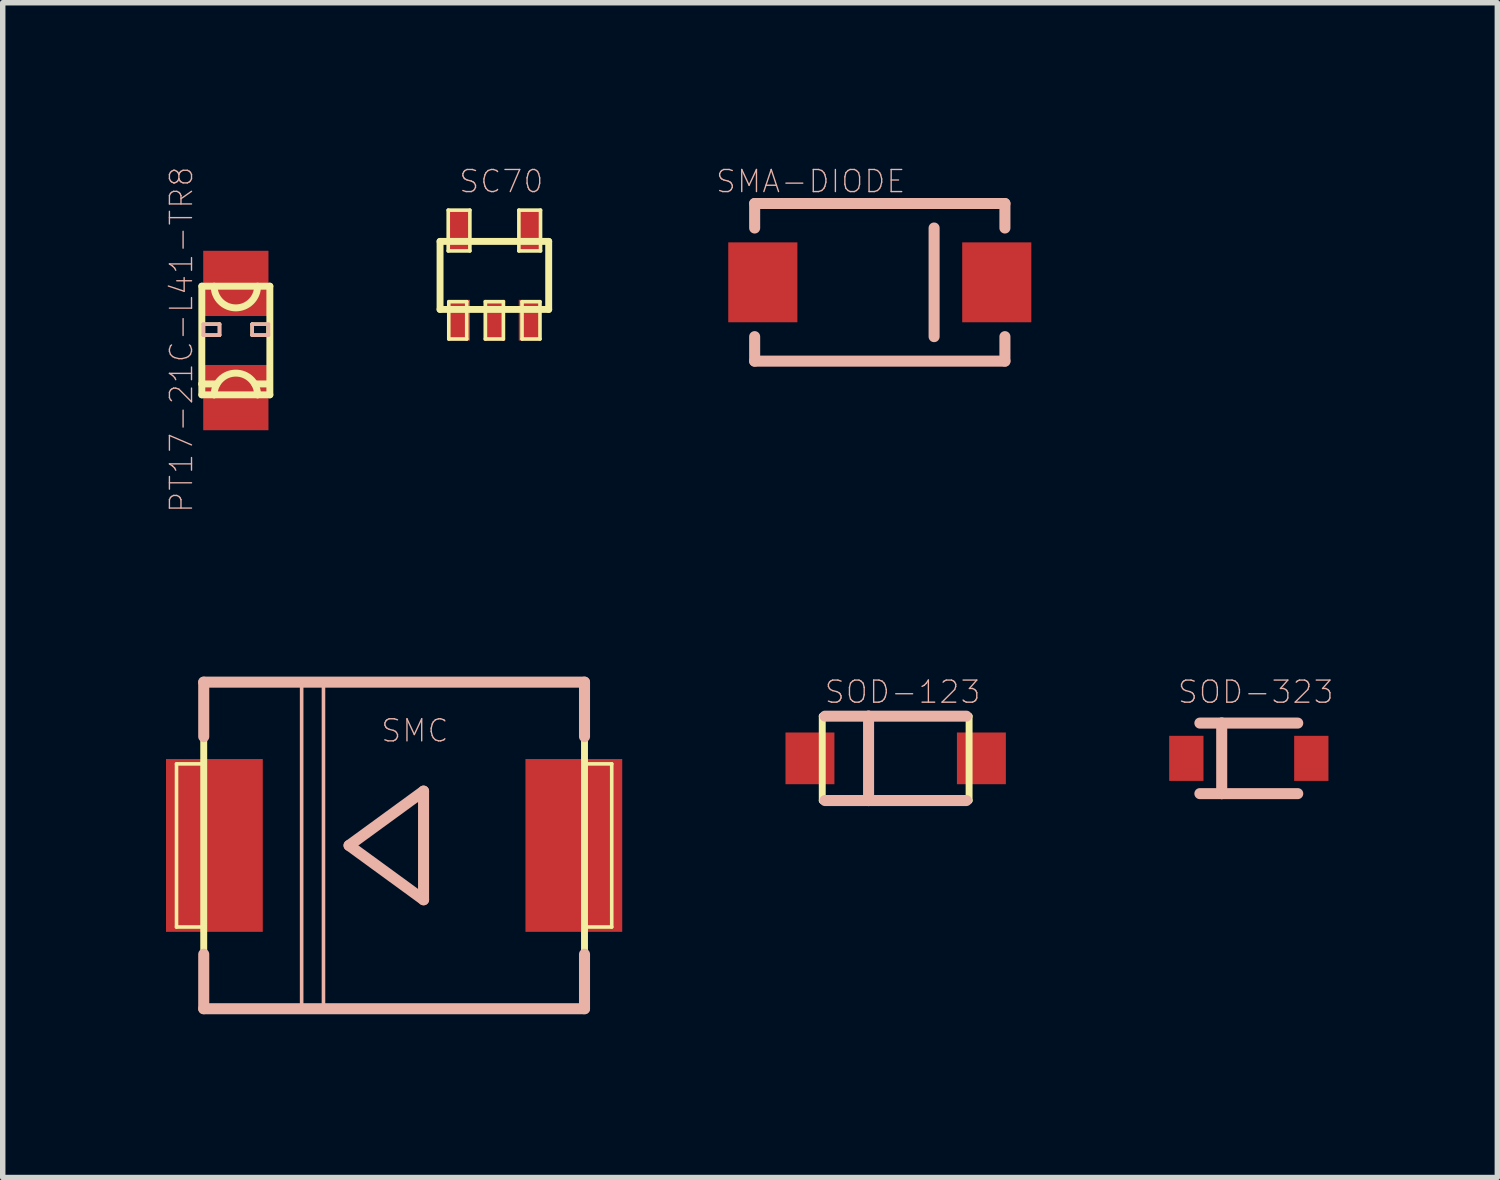
<source format=kicad_pcb>
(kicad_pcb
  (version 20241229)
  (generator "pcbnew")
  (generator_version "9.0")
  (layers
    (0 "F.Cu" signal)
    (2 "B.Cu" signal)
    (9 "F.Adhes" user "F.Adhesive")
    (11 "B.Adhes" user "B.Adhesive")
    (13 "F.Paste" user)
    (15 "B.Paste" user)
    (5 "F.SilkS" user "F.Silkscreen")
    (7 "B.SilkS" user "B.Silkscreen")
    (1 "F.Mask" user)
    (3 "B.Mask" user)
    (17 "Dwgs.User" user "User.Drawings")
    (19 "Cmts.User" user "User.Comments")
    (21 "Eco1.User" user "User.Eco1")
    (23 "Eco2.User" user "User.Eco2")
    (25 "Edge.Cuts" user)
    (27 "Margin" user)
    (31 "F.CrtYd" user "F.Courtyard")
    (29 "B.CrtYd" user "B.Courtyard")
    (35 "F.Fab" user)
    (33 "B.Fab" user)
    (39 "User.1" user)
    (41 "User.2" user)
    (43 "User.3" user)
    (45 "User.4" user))
  (footprint "SC70"
    (layer "F.Cu")
    (at 6.033 2.01)
    (property "Reference" "SC70" (at 0.127 -1.727 0) (layer "B.SilkS") (effects (font (size 0.406 0.406) (thickness 0.025))))
    (attr smd)
    (fp_line (start -0.998 -0.625) (end 0.998 -0.625) (stroke (width 0.127) (type solid)) (layer "F.SilkS"))
    (fp_line (start -0.998 0.625) (end -0.998 -0.625) (stroke (width 0.127) (type solid)) (layer "F.SilkS"))
    (fp_line (start -0.998 0.625) (end 0.998 0.625) (stroke (width 0.127) (type solid)) (layer "F.SilkS"))
    (fp_line (start -0.848 -1.199) (end -0.45 -1.199) (stroke (width 0.066) (type solid)) (layer "F.SilkS"))
    (fp_line (start -0.848 -0.45) (end -0.848 -1.199) (stroke (width 0.066) (type solid)) (layer "F.SilkS"))
    (fp_line (start -0.848 -0.45) (end -0.45 -0.45) (stroke (width 0.066) (type solid)) (layer "F.SilkS"))
    (fp_line (start -0.838 0.483) (end -0.508 0.483) (stroke (width 0.066) (type solid)) (layer "F.SilkS"))
    (fp_line (start -0.838 1.168) (end -0.838 0.483) (stroke (width 0.066) (type solid)) (layer "F.SilkS"))
    (fp_line (start -0.838 1.168) (end -0.508 1.168) (stroke (width 0.066) (type solid)) (layer "F.SilkS"))
    (fp_line (start -0.508 1.168) (end -0.508 0.483) (stroke (width 0.066) (type solid)) (layer "F.SilkS"))
    (fp_line (start -0.45 -0.45) (end -0.45 -1.199) (stroke (width 0.066) (type solid)) (layer "F.SilkS"))
    (fp_line (start -0.165 0.483) (end 0.165 0.483) (stroke (width 0.066) (type solid)) (layer "F.SilkS"))
    (fp_line (start -0.165 1.168) (end -0.165 0.483) (stroke (width 0.066) (type solid)) (layer "F.SilkS"))
    (fp_line (start -0.165 1.168) (end 0.165 1.168) (stroke (width 0.066) (type solid)) (layer "F.SilkS"))
    (fp_line (start 0.165 1.168) (end 0.165 0.483) (stroke (width 0.066) (type solid)) (layer "F.SilkS"))
    (fp_line (start 0.45 -1.199) (end 0.848 -1.199) (stroke (width 0.066) (type solid)) (layer "F.SilkS"))
    (fp_line (start 0.45 -0.45) (end 0.45 -1.199) (stroke (width 0.066) (type solid)) (layer "F.SilkS"))
    (fp_line (start 0.45 -0.45) (end 0.848 -0.45) (stroke (width 0.066) (type solid)) (layer "F.SilkS"))
    (fp_line (start 0.508 0.483) (end 0.838 0.483) (stroke (width 0.066) (type solid)) (layer "F.SilkS"))
    (fp_line (start 0.508 1.168) (end 0.508 0.483) (stroke (width 0.066) (type solid)) (layer "F.SilkS"))
    (fp_line (start 0.508 1.168) (end 0.838 1.168) (stroke (width 0.066) (type solid)) (layer "F.SilkS"))
    (fp_line (start 0.838 1.168) (end 0.838 0.483) (stroke (width 0.066) (type solid)) (layer "F.SilkS"))
    (fp_line (start 0.848 -0.45) (end 0.848 -1.199) (stroke (width 0.066) (type solid)) (layer "F.SilkS"))
    (fp_line (start 0.998 -0.625) (end 0.998 0.625) (stroke (width 0.127) (type solid)) (layer "F.SilkS"))
    (pad "1" smd rect (at -0.648 0.823) (size 0.399 0.749) (layers "F.Cu" "F.Mask" "F.Paste"))
    (pad "2" smd rect (at 0 0.823) (size 0.399 0.749) (layers "F.Cu" "F.Mask" "F.Paste"))
    (pad "3" smd rect (at 0.648 0.823) (size 0.399 0.749) (layers "F.Cu" "F.Mask" "F.Paste"))
    (pad "4" smd rect (at 0.648 -0.823) (size 0.399 0.749) (layers "F.Cu" "F.Mask" "F.Paste"))
    (pad "5" smd rect (at -0.648 -0.823) (size 0.399 0.749) (layers "F.Cu" "F.Mask" "F.Paste")))
  (footprint "PT17-21C-L41-TR8"
    (layer "F.Cu")
    (at 1.283 3.206)
    (property "Reference" "PT17-21C-L41-TR8" (at -1.001 -0.015 90) (layer "B.SilkS") (effects (font (size 0.406 0.406) (thickness 0.025))))
    (attr smd)
    (fp_line (start -0.625 -0.998) (end 0.625 -0.998) (stroke (width 0.127) (type solid)) (layer "F.SilkS"))
    (fp_line (start -0.625 0.798) (end -0.625 -0.998) (stroke (width 0.127) (type solid)) (layer "F.SilkS"))
    (fp_line (start -0.625 0.998) (end -0.625 0.798) (stroke (width 0.127) (type solid)) (layer "F.SilkS"))
    (fp_line (start -0.599 -0.3) (end -0.3 -0.3) (stroke (width 0.066) (type solid)) (layer "F.SilkS"))
    (fp_line (start -0.599 -0.099) (end -0.599 -0.3) (stroke (width 0.066) (type solid)) (layer "F.SilkS"))
    (fp_line (start -0.599 -0.099) (end -0.3 -0.099) (stroke (width 0.066) (type solid)) (layer "F.SilkS"))
    (fp_line (start -0.399 0.998) (end -0.625 0.998) (stroke (width 0.127) (type solid)) (layer "F.SilkS"))
    (fp_line (start -0.348 0.798) (end -0.625 0.798) (stroke (width 0.127) (type solid)) (layer "F.SilkS"))
    (fp_line (start -0.3 -0.099) (end -0.3 -0.3) (stroke (width 0.066) (type solid)) (layer "F.SilkS"))
    (fp_line (start 0.3 -0.3) (end 0.599 -0.3) (stroke (width 0.066) (type solid)) (layer "F.SilkS"))
    (fp_line (start 0.3 -0.099) (end 0.3 -0.3) (stroke (width 0.066) (type solid)) (layer "F.SilkS"))
    (fp_line (start 0.3 -0.099) (end 0.599 -0.099) (stroke (width 0.066) (type solid)) (layer "F.SilkS"))
    (fp_line (start 0.399 0.998) (end -0.399 0.998) (stroke (width 0.127) (type solid)) (layer "F.SilkS"))
    (fp_line (start 0.599 -0.099) (end 0.599 -0.3) (stroke (width 0.066) (type solid)) (layer "F.SilkS"))
    (fp_line (start 0.599 0.798) (end 0.348 0.798) (stroke (width 0.127) (type solid)) (layer "F.SilkS"))
    (fp_line (start 0.625 -0.998) (end 0.625 0.998) (stroke (width 0.127) (type solid)) (layer "F.SilkS"))
    (fp_line (start 0.625 0.998) (end 0.399 0.998) (stroke (width 0.127) (type solid)) (layer "F.SilkS"))
    (fp_arc (start -0.39878 0.99822) (mid 0 0.59944) (end 0.39878 0.99822) (stroke (width 0.127) (type solid)) (layer "F.SilkS"))
    (fp_arc (start 0.39878 -0.99822) (mid 0 -0.59944) (end -0.39878 -0.99822) (stroke (width 0.127) (type solid)) (layer "F.SilkS"))
    (fp_line (start -0.599 -0.3) (end -0.3 -0.3) (stroke (width 0.066) (type solid)) (layer "B.SilkS"))
    (fp_line (start -0.599 -0.099) (end -0.599 -0.3) (stroke (width 0.066) (type solid)) (layer "B.SilkS"))
    (fp_line (start -0.599 -0.099) (end -0.3 -0.099) (stroke (width 0.066) (type solid)) (layer "B.SilkS"))
    (fp_line (start -0.3 -0.099) (end -0.3 -0.3) (stroke (width 0.066) (type solid)) (layer "B.SilkS"))
    (fp_line (start 0.3 -0.3) (end 0.599 -0.3) (stroke (width 0.066) (type solid)) (layer "B.SilkS"))
    (fp_line (start 0.3 -0.099) (end 0.3 -0.3) (stroke (width 0.066) (type solid)) (layer "B.SilkS"))
    (fp_line (start 0.3 -0.099) (end 0.599 -0.099) (stroke (width 0.066) (type solid)) (layer "B.SilkS"))
    (fp_line (start 0.599 -0.099) (end 0.599 -0.3) (stroke (width 0.066) (type solid)) (layer "B.SilkS"))
    (pad "C" smd rect (at 0 -1.049) (size 1.199 1.199) (layers "F.Cu" "F.Mask" "F.Paste"))
    (pad "E" smd rect (at 0 1.049) (size 1.199 1.199) (layers "F.Cu" "F.Mask" "F.Paste")))
  (footprint "SMA-DIODE"
    (layer "F.Cu")
    (at 13.114 2.137)
    (property "Reference" "SMA-DIODE" (at -1.27 -1.854 0) (layer "B.SilkS") (effects (font (size 0.406 0.406) (thickness 0.025))))
    (attr smd)
    (fp_line (start -2.299 -1.448) (end 2.299 -1.448) (stroke (width 0.203) (type solid)) (layer "B.SilkS"))
    (fp_line (start -2.299 -0.998) (end -2.299 -1.448) (stroke (width 0.203) (type solid)) (layer "B.SilkS"))
    (fp_line (start -2.299 1.448) (end -2.299 0.998) (stroke (width 0.203) (type solid)) (layer "B.SilkS"))
    (fp_line (start 0.998 -0.998) (end 0.998 0.998) (stroke (width 0.203) (type solid)) (layer "B.SilkS"))
    (fp_line (start 2.299 -1.448) (end 2.299 -0.998) (stroke (width 0.203) (type solid)) (layer "B.SilkS"))
    (fp_line (start 2.299 0.998) (end 2.299 1.448) (stroke (width 0.203) (type solid)) (layer "B.SilkS"))
    (fp_line (start 2.299 1.448) (end -2.299 1.448) (stroke (width 0.203) (type solid)) (layer "B.SilkS"))
    (pad "A" smd rect (at -2.149 0 180) (size 1.27 1.468) (layers "F.Cu" "F.Mask" "F.Paste"))
    (pad "C" smd rect (at 2.149 0) (size 1.27 1.468) (layers "F.Cu" "F.Mask" "F.Paste")))
  (footprint "SMC"
    (layer "F.Cu")
    (at 4.191 12.483)
    (property "Reference" "SMC" (at 0.381 -2.108 0) (layer "B.SilkS") (effects (font (size 0.406 0.406) (thickness 0.025))))
    (attr smd)
    (fp_line (start -3.998 -1.499) (end -3.498 -1.499) (stroke (width 0.066) (type solid)) (layer "F.SilkS"))
    (fp_line (start -3.998 1.499) (end -3.998 -1.499) (stroke (width 0.066) (type solid)) (layer "F.SilkS"))
    (fp_line (start -3.998 1.499) (end -3.498 1.499) (stroke (width 0.066) (type solid)) (layer "F.SilkS"))
    (fp_line (start -3.498 1.499) (end -3.498 -1.499) (stroke (width 0.066) (type solid)) (layer "F.SilkS"))
    (fp_line (start -3.498 3) (end -3.498 -3) (stroke (width 0.127) (type solid)) (layer "F.SilkS"))
    (fp_line (start 3.498 -1.499) (end 3.998 -1.499) (stroke (width 0.066) (type solid)) (layer "F.SilkS"))
    (fp_line (start 3.498 1.499) (end 3.498 -1.499) (stroke (width 0.066) (type solid)) (layer "F.SilkS"))
    (fp_line (start 3.498 1.499) (end 3.998 1.499) (stroke (width 0.066) (type solid)) (layer "F.SilkS"))
    (fp_line (start 3.498 3) (end 3.498 -3) (stroke (width 0.127) (type solid)) (layer "F.SilkS"))
    (fp_line (start 3.998 1.499) (end 3.998 -1.499) (stroke (width 0.066) (type solid)) (layer "F.SilkS"))
    (fp_line (start -3.498 -3) (end -3.498 -1.999) (stroke (width 0.203) (type solid)) (layer "B.SilkS"))
    (fp_line (start -3.498 -3) (end 3.498 -3) (stroke (width 0.203) (type solid)) (layer "B.SilkS"))
    (fp_line (start -3.498 3) (end -3.498 1.999) (stroke (width 0.203) (type solid)) (layer "B.SilkS"))
    (fp_line (start -3.498 3) (end 3.498 3) (stroke (width 0.203) (type solid)) (layer "B.SilkS"))
    (fp_line (start -1.699 -3) (end -1.298 -3) (stroke (width 0.066) (type solid)) (layer "B.SilkS"))
    (fp_line (start -1.699 3) (end -1.699 -3) (stroke (width 0.066) (type solid)) (layer "B.SilkS"))
    (fp_line (start -1.699 3) (end -1.298 3) (stroke (width 0.066) (type solid)) (layer "B.SilkS"))
    (fp_line (start -1.298 3) (end -1.298 -3) (stroke (width 0.066) (type solid)) (layer "B.SilkS"))
    (fp_line (start -0.828 0) (end 0.541 0.998) (stroke (width 0.203) (type solid)) (layer "B.SilkS"))
    (fp_line (start 0.541 -0.998) (end -0.828 0) (stroke (width 0.203) (type solid)) (layer "B.SilkS"))
    (fp_line (start 0.541 0.998) (end 0.541 -0.998) (stroke (width 0.203) (type solid)) (layer "B.SilkS"))
    (fp_line (start 3.498 -3) (end 3.498 -1.999) (stroke (width 0.203) (type solid)) (layer "B.SilkS"))
    (fp_line (start 3.498 3) (end 3.498 1.999) (stroke (width 0.203) (type solid)) (layer "B.SilkS"))
    (pad "A" smd rect (at 3.302 0) (size 1.778 3.175) (layers "F.Cu" "F.Mask" "F.Paste"))
    (pad "C" smd rect (at -3.302 0) (size 1.778 3.175) (layers "F.Cu" "F.Mask" "F.Paste")))
  (footprint "SOD-323"
    (layer "F.Cu")
    (at 19.894 10.883)
    (property "Reference" "SOD-323" (at 0.127 -1.219 0) (layer "B.SilkS") (effects (font (size 0.406 0.406) (thickness 0.025))))
    (attr smd)
    (fp_line (start -0.899 -0.648) (end -0.498 -0.648) (stroke (width 0.203) (type solid)) (layer "B.SilkS"))
    (fp_line (start -0.899 0.648) (end -0.498 0.648) (stroke (width 0.203) (type solid)) (layer "B.SilkS"))
    (fp_line (start -0.498 -0.648) (end -0.498 0.648) (stroke (width 0.203) (type solid)) (layer "B.SilkS"))
    (fp_line (start -0.498 -0.648) (end 0.899 -0.648) (stroke (width 0.203) (type solid)) (layer "B.SilkS"))
    (fp_line (start -0.498 0.648) (end 0.899 0.648) (stroke (width 0.203) (type solid)) (layer "B.SilkS"))
    (pad "A" smd rect (at 1.148 0) (size 0.63 0.828) (layers "F.Cu" "F.Mask" "F.Paste"))
    (pad "C" smd rect (at -1.148 0) (size 0.63 0.828) (layers "F.Cu" "F.Mask" "F.Paste")))
  (footprint "SOD-123"
    (layer "F.Cu")
    (at 13.406 10.883)
    (property "Reference" "SOD-123" (at 0.127 -1.219 0) (layer "B.SilkS") (effects (font (size 0.406 0.406) (thickness 0.025))))
    (attr smd)
    (fp_line (start -1.349 -0.775) (end 1.349 -0.775) (stroke (width 0.127) (type solid)) (layer "F.SilkS"))
    (fp_line (start -1.349 0.775) (end -1.349 -0.775) (stroke (width 0.127) (type solid)) (layer "F.SilkS"))
    (fp_line (start 1.349 -0.775) (end 1.349 0.775) (stroke (width 0.127) (type solid)) (layer "F.SilkS"))
    (fp_line (start 1.349 0.775) (end -1.349 0.775) (stroke (width 0.127) (type solid)) (layer "F.SilkS"))
    (fp_line (start -1.298 -0.775) (end -0.498 -0.775) (stroke (width 0.203) (type solid)) (layer "B.SilkS"))
    (fp_line (start -1.298 0.775) (end -0.498 0.775) (stroke (width 0.203) (type solid)) (layer "B.SilkS"))
    (fp_line (start -0.498 -0.775) (end -0.498 0.775) (stroke (width 0.203) (type solid)) (layer "B.SilkS"))
    (fp_line (start -0.498 -0.775) (end 1.298 -0.775) (stroke (width 0.203) (type solid)) (layer "B.SilkS"))
    (fp_line (start -0.498 0.775) (end 1.298 0.775) (stroke (width 0.203) (type solid)) (layer "B.SilkS"))
    (pad "A" smd rect (at 1.575 0) (size 0.899 0.95) (layers "F.Cu" "F.Mask" "F.Paste"))
    (pad "C" smd rect (at -1.575 0) (size 0.899 0.95) (layers "F.Cu" "F.Mask" "F.Paste")))
  (gr_rect
    (start -3 -3)
    (end 24.46 18.584)
    (stroke (width 0.1) (type default))
    (fill no)
    (layer "Edge.Cuts")))
</source>
